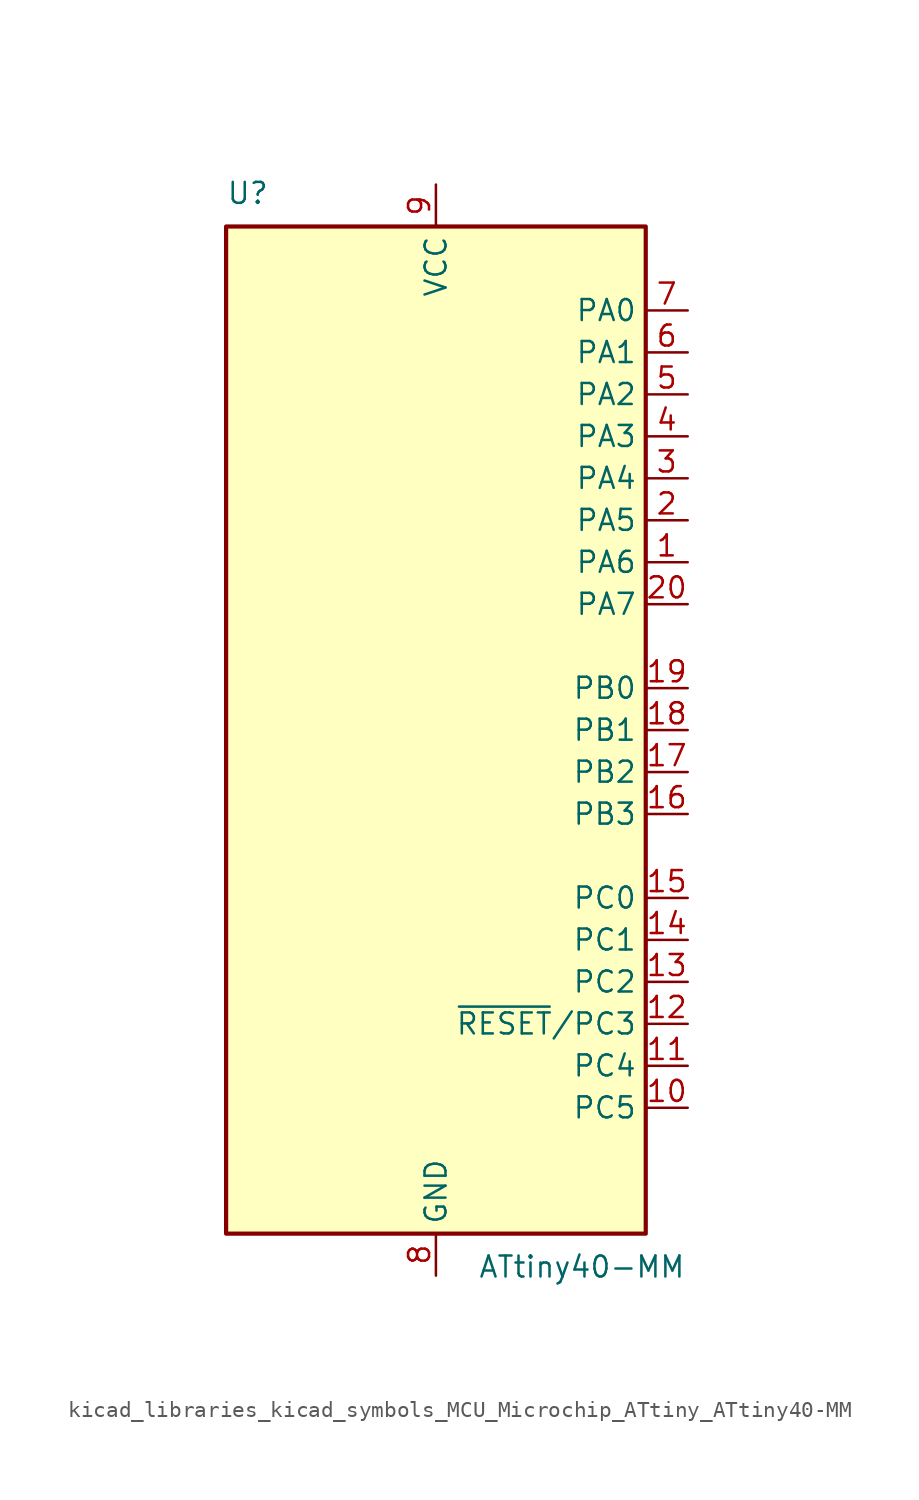
<source format=kicad_sym>
(kicad_symbol_lib
  (version 20220914)
  (generator kicad_symbol_editor)
  (symbol "kicad_libraries_kicad_symbols_MCU_Microchip_ATtiny_ATtiny40-MM"
    (property "Reference" "U"
      (at -12.7 31.75 0)
      (effects (font (size 1.27 1.27)) (justify left bottom)))
    (property "Value" "ATtiny40-MM"
      (at 2.54 -31.75 0)
      (effects (font (size 1.27 1.27)) (justify left top)))
    (symbol "kicad_libraries_kicad_symbols_MCU_Microchip_ATtiny_ATtiny40-MM_0_1"
      (rectangle (start -12.7 -30.48) (end 12.7 30.48) (stroke (width 0.254) (type default)) (fill (type background))))
    (symbol "kicad_libraries_kicad_symbols_MCU_Microchip_ATtiny_ATtiny40-MM_1_1"
      (pin bidirectional line (at 15.24 10.16 180) (length 2.54) (name "PA6" (effects (font (size 1.27 1.27)))) (number "1" (effects (font (size 1.27 1.27)))))
      (pin bidirectional line (at 15.24 -22.86 180) (length 2.54) (name "PC5" (effects (font (size 1.27 1.27)))) (number "10" (effects (font (size 1.27 1.27)))))
      (pin bidirectional line (at 15.24 -20.32 180) (length 2.54) (name "PC4" (effects (font (size 1.27 1.27)))) (number "11" (effects (font (size 1.27 1.27)))))
      (pin bidirectional line (at 15.24 -17.78 180) (length 2.54) (name "~{RESET}/PC3" (effects (font (size 1.27 1.27)))) (number "12" (effects (font (size 1.27 1.27)))))
      (pin bidirectional line (at 15.24 -15.24 180) (length 2.54) (name "PC2" (effects (font (size 1.27 1.27)))) (number "13" (effects (font (size 1.27 1.27)))))
      (pin bidirectional line (at 15.24 -12.7 180) (length 2.54) (name "PC1" (effects (font (size 1.27 1.27)))) (number "14" (effects (font (size 1.27 1.27)))))
      (pin bidirectional line (at 15.24 -10.16 180) (length 2.54) (name "PC0" (effects (font (size 1.27 1.27)))) (number "15" (effects (font (size 1.27 1.27)))))
      (pin bidirectional line (at 15.24 -5.08 180) (length 2.54) (name "PB3" (effects (font (size 1.27 1.27)))) (number "16" (effects (font (size 1.27 1.27)))))
      (pin bidirectional line (at 15.24 -2.54 180) (length 2.54) (name "PB2" (effects (font (size 1.27 1.27)))) (number "17" (effects (font (size 1.27 1.27)))))
      (pin bidirectional line (at 15.24 0 180) (length 2.54) (name "PB1" (effects (font (size 1.27 1.27)))) (number "18" (effects (font (size 1.27 1.27)))))
      (pin bidirectional line (at 15.24 2.54 180) (length 2.54) (name "PB0" (effects (font (size 1.27 1.27)))) (number "19" (effects (font (size 1.27 1.27)))))
      (pin bidirectional line (at 15.24 12.7 180) (length 2.54) (name "PA5" (effects (font (size 1.27 1.27)))) (number "2" (effects (font (size 1.27 1.27)))))
      (pin bidirectional line (at 15.24 7.62 180) (length 2.54) (name "PA7" (effects (font (size 1.27 1.27)))) (number "20" (effects (font (size 1.27 1.27)))))
      (pin passive line (at 0 -33.02 90) (length 2.54) hide (name "GND" (effects (font (size 1.27 1.27)))) (number "21" (effects (font (size 1.27 1.27)))))
      (pin bidirectional line (at 15.24 15.24 180) (length 2.54) (name "PA4" (effects (font (size 1.27 1.27)))) (number "3" (effects (font (size 1.27 1.27)))))
      (pin bidirectional line (at 15.24 17.78 180) (length 2.54) (name "PA3" (effects (font (size 1.27 1.27)))) (number "4" (effects (font (size 1.27 1.27)))))
      (pin bidirectional line (at 15.24 20.32 180) (length 2.54) (name "PA2" (effects (font (size 1.27 1.27)))) (number "5" (effects (font (size 1.27 1.27)))))
      (pin bidirectional line (at 15.24 22.86 180) (length 2.54) (name "PA1" (effects (font (size 1.27 1.27)))) (number "6" (effects (font (size 1.27 1.27)))))
      (pin bidirectional line (at 15.24 25.4 180) (length 2.54) (name "PA0" (effects (font (size 1.27 1.27)))) (number "7" (effects (font (size 1.27 1.27)))))
      (pin power_in line (at 0 -33.02 90) (length 2.54) (name "GND" (effects (font (size 1.27 1.27)))) (number "8" (effects (font (size 1.27 1.27)))))
      (pin power_in line (at 0 33.02 270) (length 2.54) (name "VCC" (effects (font (size 1.27 1.27)))) (number "9" (effects (font (size 1.27 1.27))))))))
</source>
